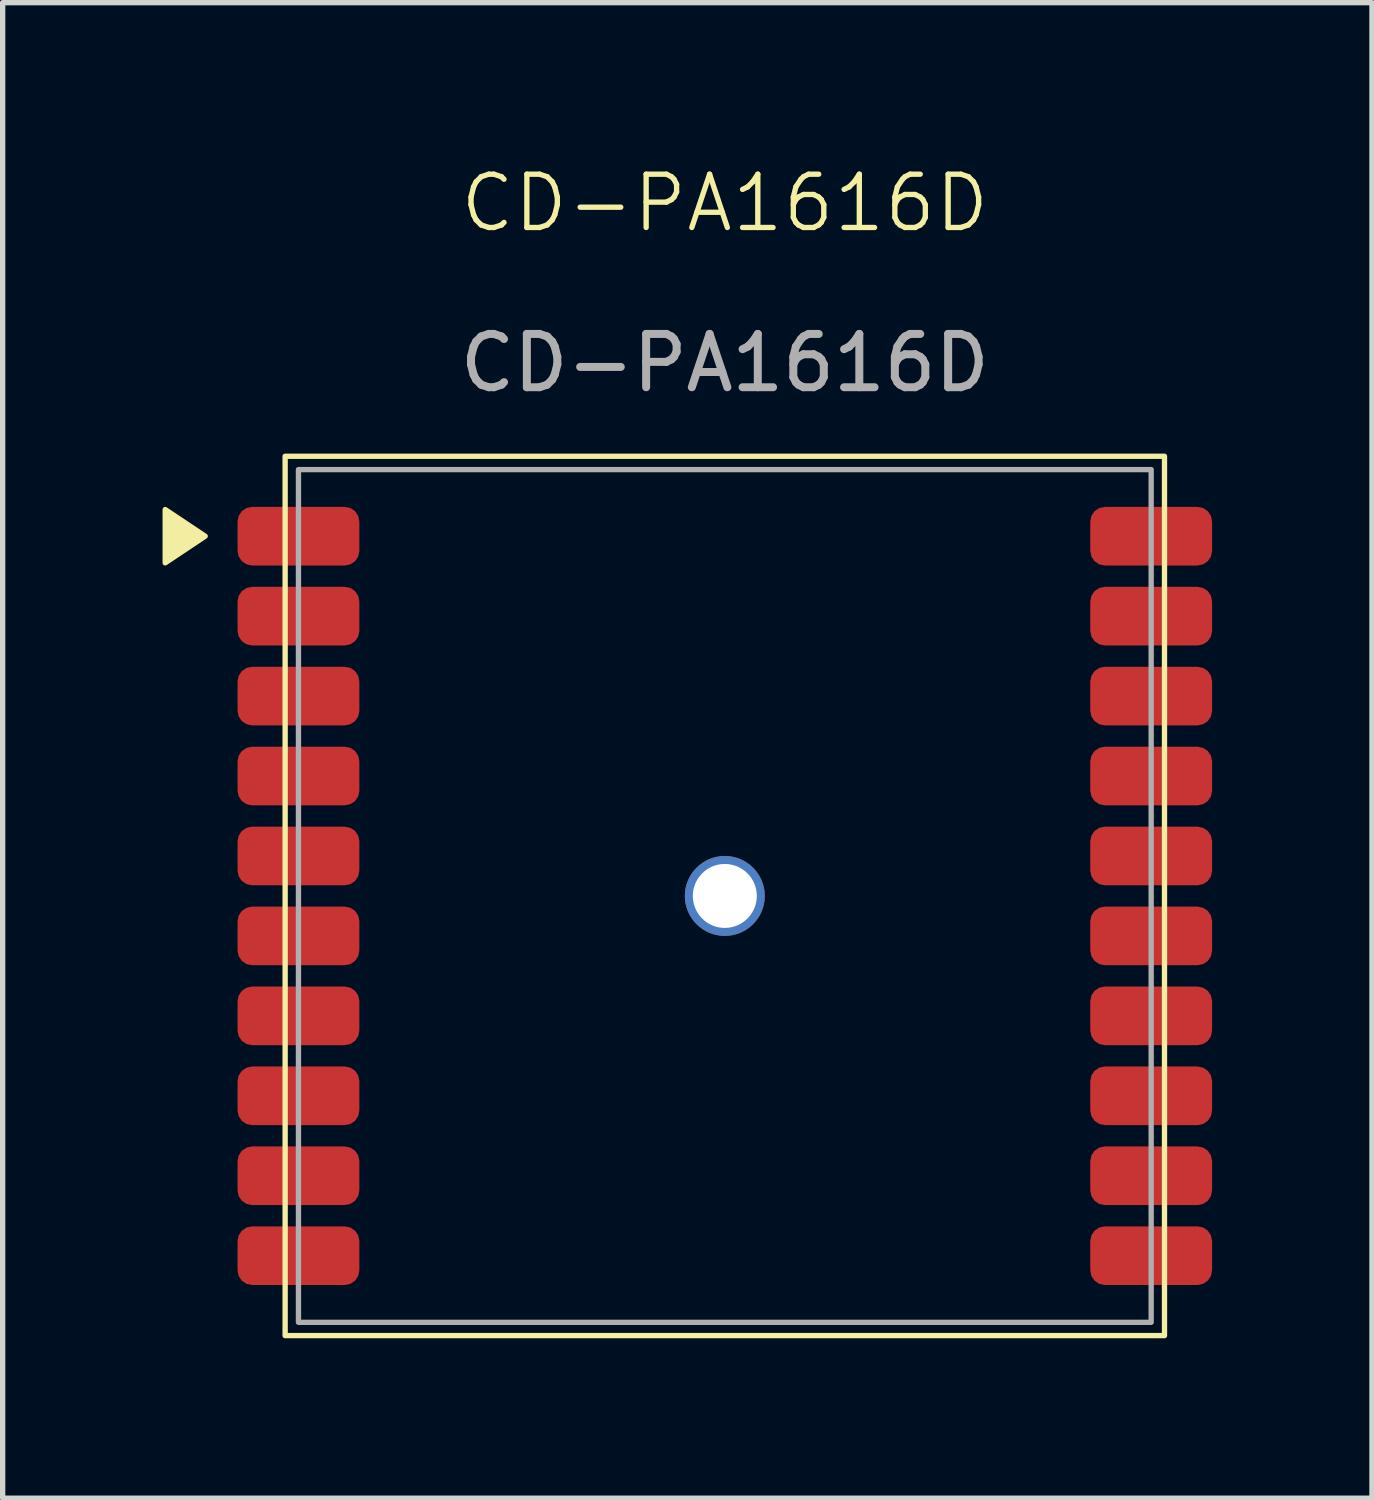
<source format=kicad_pcb>
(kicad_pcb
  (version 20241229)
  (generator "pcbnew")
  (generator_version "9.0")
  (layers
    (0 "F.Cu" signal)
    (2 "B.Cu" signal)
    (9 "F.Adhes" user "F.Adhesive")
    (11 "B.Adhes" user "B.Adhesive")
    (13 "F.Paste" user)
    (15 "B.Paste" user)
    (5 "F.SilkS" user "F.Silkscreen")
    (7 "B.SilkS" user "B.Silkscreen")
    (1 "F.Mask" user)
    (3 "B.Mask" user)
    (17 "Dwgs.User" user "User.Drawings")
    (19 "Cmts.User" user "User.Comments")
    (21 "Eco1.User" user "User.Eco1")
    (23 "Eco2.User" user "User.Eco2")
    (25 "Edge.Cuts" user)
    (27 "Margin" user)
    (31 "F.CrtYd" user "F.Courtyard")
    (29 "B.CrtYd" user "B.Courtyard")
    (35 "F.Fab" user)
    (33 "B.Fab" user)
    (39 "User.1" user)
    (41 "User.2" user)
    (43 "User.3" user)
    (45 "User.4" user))
  (footprint "CD-PA1616D"
    (layer "F.Cu")
    (at 10.55 13.761)
    (property "Reference" "CD-PA1616D" (at 0 -13 0) (unlocked yes) (layer "F.SilkS") (effects (font (size 1 1) (thickness 0.1))))
    (attr smd)
    (fp_rect (start -8.25 -8.25) (end 8.25 8.25) (stroke (width 0.1) (type default)) (fill no) (layer "F.SilkS"))
    (fp_poly (pts (xy -10.5 -7.25) (xy -9.75 -6.75) (xy -10.5 -6.25)) (stroke (width 0.1) (type solid)) (fill yes) (layer "F.SilkS"))
    (fp_rect (start -8 -8) (end 8 8) (stroke (width 0.1) (type default)) (fill no) (layer "F.Fab"))
    (fp_text user "${REFERENCE}" (at 0 -10 0) (unlocked yes) (layer "F.Fab") (effects (font (size 1 1) (thickness 0.15))))
    (pad "" np_thru_hole circle (at 0 0) (size 1.5 1.5) (drill 1.2) (layers "*.Cu" "*.Mask"))
    (pad "1" smd roundrect (at -8 -6.75) (size 2.286 1.1) (layers "F.Cu" "F.Mask" "F.Paste") (roundrect_rratio 0.25))
    (pad "2" smd roundrect (at -8 -5.25) (size 2.286 1.1) (layers "F.Cu" "F.Mask" "F.Paste") (roundrect_rratio 0.25))
    (pad "3" smd roundrect (at -8 -3.75) (size 2.286 1.1) (layers "F.Cu" "F.Mask" "F.Paste") (roundrect_rratio 0.25))
    (pad "4" smd roundrect (at -8 -2.25) (size 2.286 1.1) (layers "F.Cu" "F.Mask" "F.Paste") (roundrect_rratio 0.25))
    (pad "5" smd roundrect (at -8 -0.75) (size 2.286 1.1) (layers "F.Cu" "F.Mask" "F.Paste") (roundrect_rratio 0.25))
    (pad "6" smd roundrect (at -8 0.75) (size 2.286 1.1) (layers "F.Cu" "F.Mask" "F.Paste") (roundrect_rratio 0.25))
    (pad "7" smd roundrect (at -8 2.25) (size 2.286 1.1) (layers "F.Cu" "F.Mask" "F.Paste") (roundrect_rratio 0.25))
    (pad "8" smd roundrect (at -8 3.75) (size 2.286 1.1) (layers "F.Cu" "F.Mask" "F.Paste") (roundrect_rratio 0.25))
    (pad "9" smd roundrect (at -8 5.25) (size 2.286 1.1) (layers "F.Cu" "F.Mask" "F.Paste") (roundrect_rratio 0.25))
    (pad "10" smd roundrect (at -8 6.75) (size 2.286 1.1) (layers "F.Cu" "F.Mask" "F.Paste") (roundrect_rratio 0.25))
    (pad "11" smd roundrect (at 8 6.75) (size 2.286 1.1) (layers "F.Cu" "F.Mask" "F.Paste") (roundrect_rratio 0.25))
    (pad "12" smd roundrect (at 8 5.25) (size 2.286 1.1) (layers "F.Cu" "F.Mask" "F.Paste") (roundrect_rratio 0.25))
    (pad "13" smd roundrect (at 8 3.75) (size 2.286 1.1) (layers "F.Cu" "F.Mask" "F.Paste") (roundrect_rratio 0.25))
    (pad "14" smd roundrect (at 8 2.25) (size 2.286 1.1) (layers "F.Cu" "F.Mask" "F.Paste") (roundrect_rratio 0.25))
    (pad "15" smd roundrect (at 8 0.75) (size 2.286 1.1) (layers "F.Cu" "F.Mask" "F.Paste") (roundrect_rratio 0.25))
    (pad "16" smd roundrect (at 8 -0.75) (size 2.286 1.1) (layers "F.Cu" "F.Mask" "F.Paste") (roundrect_rratio 0.25))
    (pad "17" smd roundrect (at 8 -2.25) (size 2.286 1.1) (layers "F.Cu" "F.Mask" "F.Paste") (roundrect_rratio 0.25))
    (pad "18" smd roundrect (at 8 -3.75) (size 2.286 1.1) (layers "F.Cu" "F.Mask" "F.Paste") (roundrect_rratio 0.25))
    (pad "19" smd roundrect (at 8 -5.25) (size 2.286 1.1) (layers "F.Cu" "F.Mask" "F.Paste") (roundrect_rratio 0.25))
    (pad "20" smd roundrect (at 8 -6.75) (size 2.286 1.1) (layers "F.Cu" "F.Mask" "F.Paste") (roundrect_rratio 0.25)))
  (gr_rect
    (start -3 -3)
    (end 22.693 25.061)
    (stroke (width 0.1) (type default))
    (fill no)
    (layer "Edge.Cuts")))
</source>
